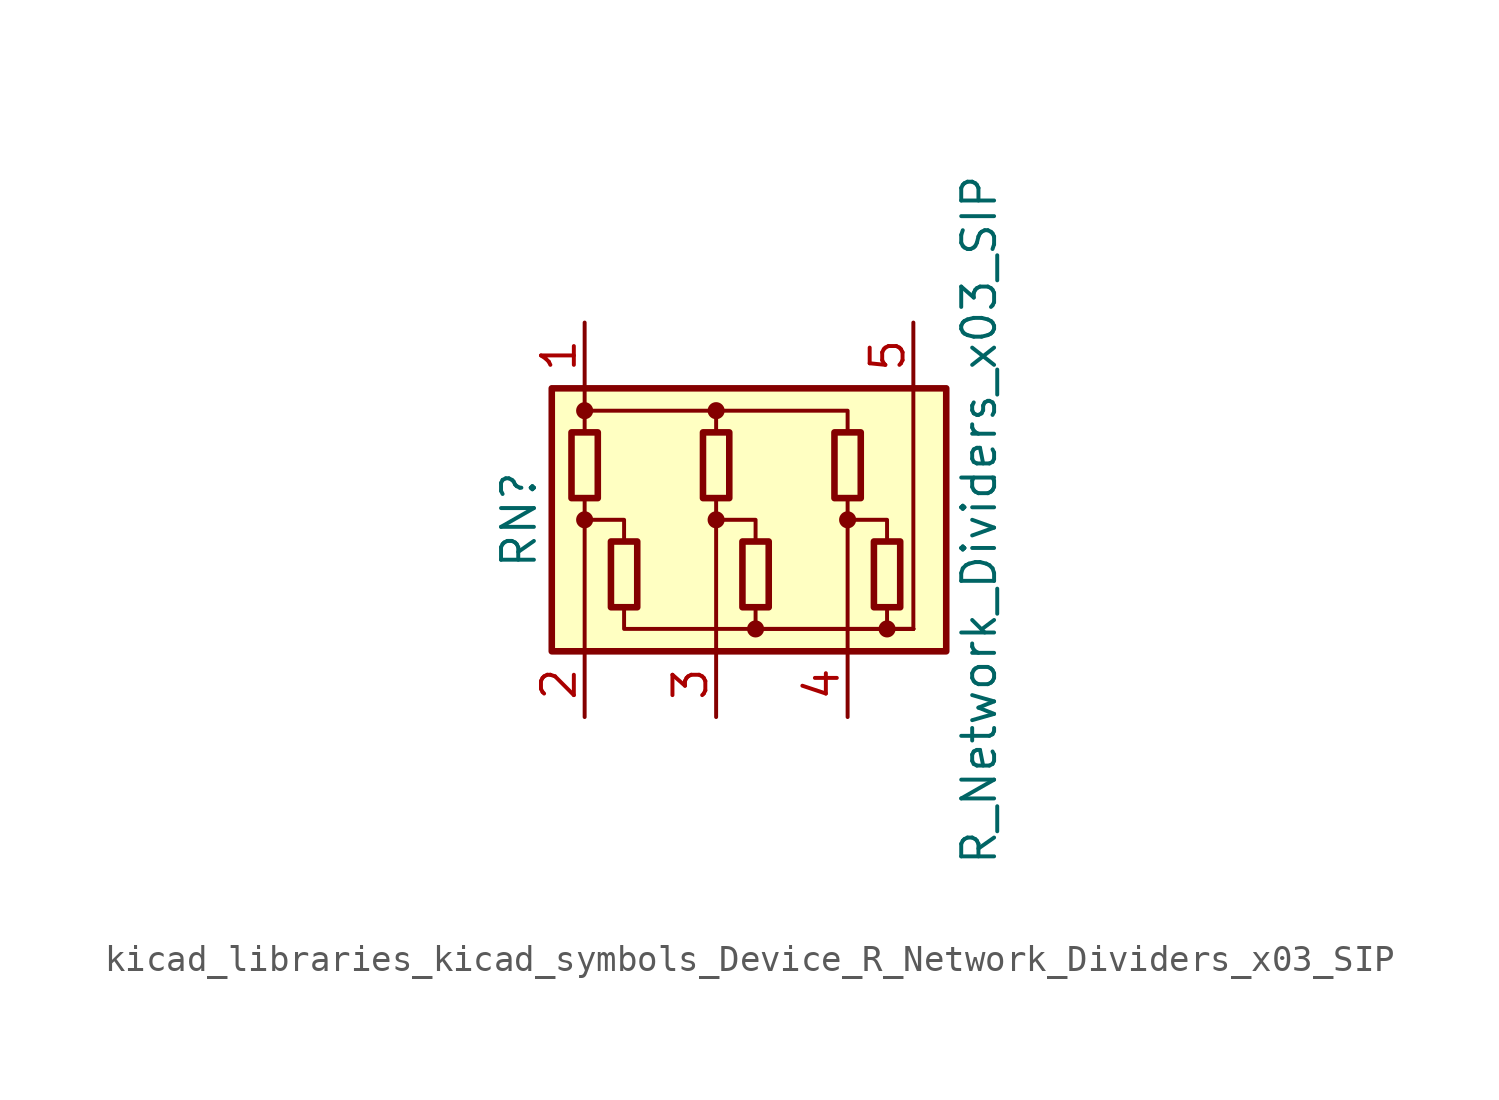
<source format=kicad_sym>
(kicad_symbol_lib
  (version 20220914)
  (generator kicad_symbol_editor)
  (symbol "kicad_libraries_kicad_symbols_Device_R_Network_Dividers_x03_SIP"
    (pin_names
      (offset 0) hide)
    (property "Reference" "RN"
      (at -7.62 0 90)
      (effects (font (size 1.27 1.27))))
    (property "Value" "R_Network_Dividers_x03_SIP"
      (at 10.16 0 90)
      (effects (font (size 1.27 1.27))))
    (symbol "kicad_libraries_kicad_symbols_Device_R_Network_Dividers_x03_SIP_0_1"
      (rectangle (start -6.35 -5.08) (end 8.89 5.08) (stroke (width 0.254) (type default)) (fill (type background)))
      (rectangle (start -5.588 3.378) (end -4.572 0.838) (stroke (width 0.254) (type default)) (fill (type none)))
      (circle (center -5.08 0) (radius 0.254) (stroke (width 0) (type default)) (fill (type outline)))
      (circle (center -5.08 4.216) (radius 0.254) (stroke (width 0) (type default)) (fill (type outline)))
      (rectangle (start -4.064 -3.378) (end -3.048 -0.838) (stroke (width 0.254) (type default)) (fill (type none)))
      (rectangle (start -0.508 3.378) (end 0.508 0.838) (stroke (width 0.254) (type default)) (fill (type none)))
      (polyline (pts (xy -5.08 -5.08) (xy -5.08 0.838)) (stroke (width 0) (type default)) (fill (type none)))
      (polyline (pts (xy -5.08 5.08) (xy -5.08 3.378)) (stroke (width 0) (type default)) (fill (type none)))
      (polyline (pts (xy 0 -5.08) (xy 0 0.838)) (stroke (width 0) (type default)) (fill (type none)))
      (polyline (pts (xy 5.08 -5.08) (xy 5.08 0.838)) (stroke (width 0) (type default)) (fill (type none)))
      (polyline (pts (xy 7.62 -4.216) (xy 7.62 5.08)) (stroke (width 0) (type default)) (fill (type none)))
      (polyline (pts (xy -5.08 0) (xy -3.556 0) (xy -3.556 -0.838)) (stroke (width 0) (type default)) (fill (type none)))
      (polyline (pts (xy -5.08 4.216) (xy 0 4.216) (xy 0 3.378)) (stroke (width 0) (type default)) (fill (type none)))
      (polyline (pts (xy -3.556 -3.378) (xy -3.556 -4.216) (xy 7.62 -4.216)) (stroke (width 0) (type default)) (fill (type none)))
      (polyline (pts (xy 0 0) (xy 1.524 0) (xy 1.524 -0.838)) (stroke (width 0) (type default)) (fill (type none)))
      (polyline (pts (xy 0 4.216) (xy 5.08 4.216) (xy 5.08 3.378)) (stroke (width 0) (type default)) (fill (type none)))
      (polyline (pts (xy 1.524 -3.378) (xy 1.524 -4.216) (xy 7.62 -4.216)) (stroke (width 0) (type default)) (fill (type none)))
      (polyline (pts (xy 5.08 0) (xy 6.604 0) (xy 6.604 -0.838)) (stroke (width 0) (type default)) (fill (type none)))
      (polyline (pts (xy 6.604 -3.378) (xy 6.604 -4.216) (xy 7.62 -4.216)) (stroke (width 0) (type default)) (fill (type none)))
      (circle (center 0 0) (radius 0.254) (stroke (width 0) (type default)) (fill (type outline)))
      (circle (center 0 4.216) (radius 0.254) (stroke (width 0) (type default)) (fill (type outline)))
      (rectangle (start 1.016 -3.378) (end 2.032 -0.838) (stroke (width 0.254) (type default)) (fill (type none)))
      (circle (center 1.524 -4.216) (radius 0.254) (stroke (width 0) (type default)) (fill (type outline)))
      (rectangle (start 4.572 3.378) (end 5.588 0.838) (stroke (width 0.254) (type default)) (fill (type none)))
      (circle (center 5.08 0) (radius 0.254) (stroke (width 0) (type default)) (fill (type outline)))
      (rectangle (start 6.096 -3.378) (end 7.112 -0.838) (stroke (width 0.254) (type default)) (fill (type none)))
      (circle (center 6.604 -4.216) (radius 0.254) (stroke (width 0) (type default)) (fill (type outline))))
    (symbol "kicad_libraries_kicad_symbols_Device_R_Network_Dividers_x03_SIP_1_1"
      (pin passive line (at -5.08 7.62 270) (length 2.54) (name "COM1" (effects (font (size 1.27 1.27)))) (number "1" (effects (font (size 1.27 1.27)))))
      (pin passive line (at -5.08 -7.62 90) (length 2.54) (name "R1" (effects (font (size 1.27 1.27)))) (number "2" (effects (font (size 1.27 1.27)))))
      (pin passive line (at 0 -7.62 90) (length 2.54) (name "R2" (effects (font (size 1.27 1.27)))) (number "3" (effects (font (size 1.27 1.27)))))
      (pin passive line (at 5.08 -7.62 90) (length 2.54) (name "R3" (effects (font (size 1.27 1.27)))) (number "4" (effects (font (size 1.27 1.27)))))
      (pin passive line (at 7.62 7.62 270) (length 2.54) (name "COM2" (effects (font (size 1.27 1.27)))) (number "5" (effects (font (size 1.27 1.27))))))))
</source>
